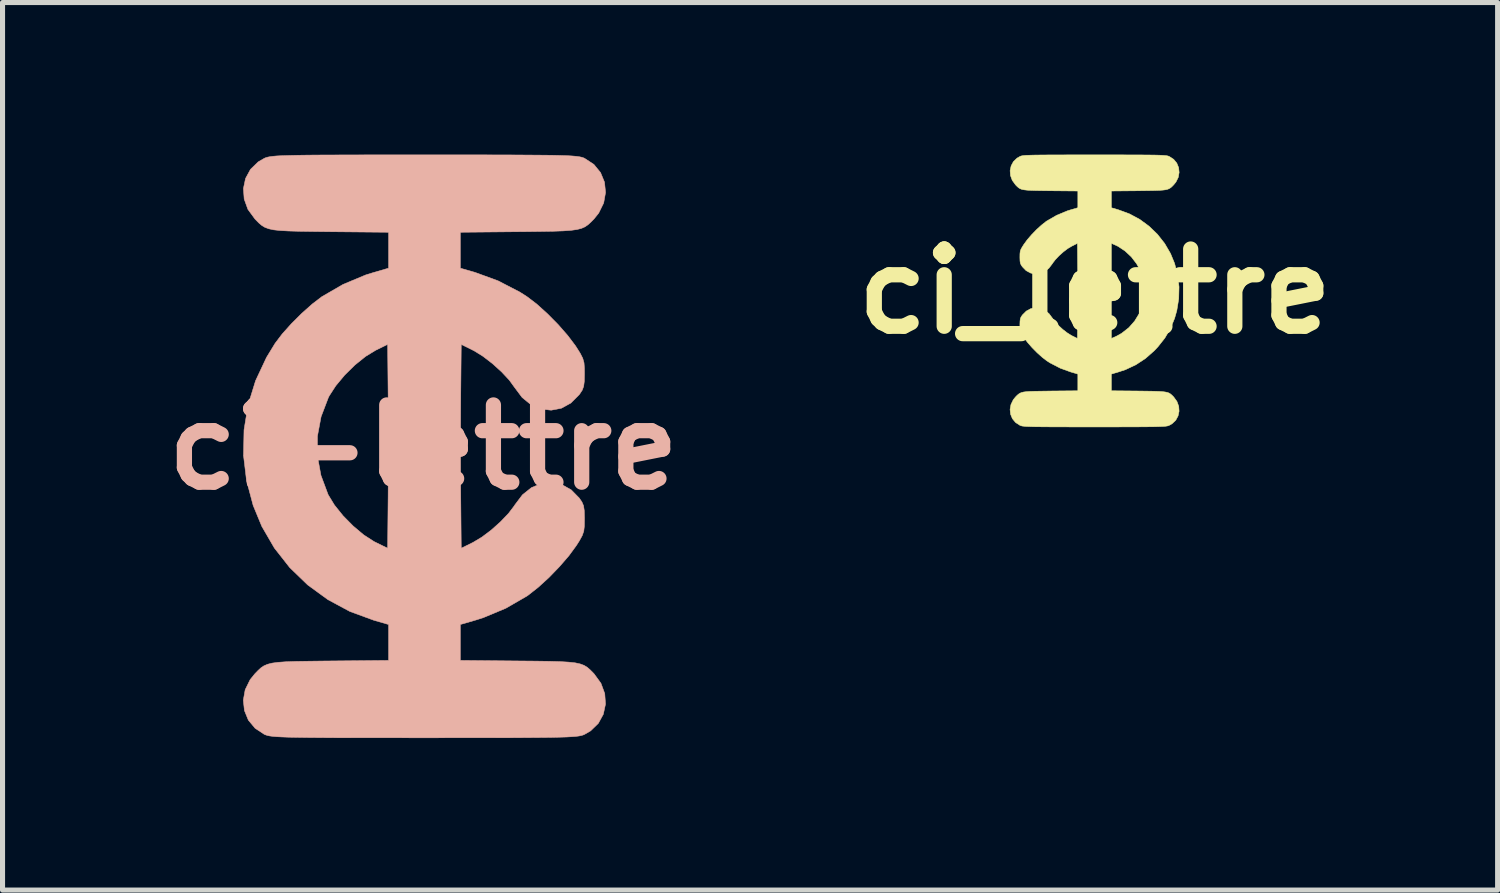
<source format=kicad_pcb>
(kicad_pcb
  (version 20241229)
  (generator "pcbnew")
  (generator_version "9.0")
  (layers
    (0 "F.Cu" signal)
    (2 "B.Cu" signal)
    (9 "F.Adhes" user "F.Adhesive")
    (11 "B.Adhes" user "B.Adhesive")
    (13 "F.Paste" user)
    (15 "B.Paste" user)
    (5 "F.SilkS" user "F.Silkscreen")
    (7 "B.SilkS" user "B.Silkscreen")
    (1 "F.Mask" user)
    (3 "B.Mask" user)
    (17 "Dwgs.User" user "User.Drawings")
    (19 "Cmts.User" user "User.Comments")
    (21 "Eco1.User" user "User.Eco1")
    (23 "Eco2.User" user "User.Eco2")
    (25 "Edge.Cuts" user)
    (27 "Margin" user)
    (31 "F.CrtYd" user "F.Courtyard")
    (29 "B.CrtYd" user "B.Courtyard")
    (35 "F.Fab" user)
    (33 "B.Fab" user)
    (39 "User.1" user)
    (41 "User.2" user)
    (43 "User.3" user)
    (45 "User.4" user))
  (footprint "ci_lettre"
    (layer "F.Cu")
    (at 18.552 2.697)
    (property "Reference" "ci_lettre" (at 0 0 0) (layer "F.SilkS") (effects (font (size 1.524 1.524) (thickness 0.3))))
    (attr through_hole)
    (fp_poly (pts (xy 0.243 -2.692) (xy 0.463 -2.692) (xy 0.653 -2.691) (xy 0.817 -2.691) (xy 0.955 -2.69) (xy 1.071 -2.689) (xy 1.166 -2.688) (xy 1.244 -2.686) (xy 1.305 -2.684) (xy 1.353 -2.681) (xy 1.389 -2.678) (xy 1.417 -2.675) (xy 1.437 -2.67) (xy 1.453 -2.665) (xy 1.465 -2.66) (xy 1.551 -2.604) (xy 1.613 -2.529) (xy 1.649 -2.441) (xy 1.659 -2.346) (xy 1.642 -2.249) (xy 1.596 -2.156) (xy 1.553 -2.103) (xy 1.524 -2.073) (xy 1.497 -2.048) (xy 1.47 -2.03) (xy 1.437 -2.015) (xy 1.395 -2.004) (xy 1.34 -1.997) (xy 1.269 -1.992) (xy 1.176 -1.989) (xy 1.059 -1.987) (xy 0.913 -1.985) (xy 0.859 -1.984) (xy 0.322 -1.979) (xy 0.322 -1.649) (xy 0.459 -1.609) (xy 0.677 -1.529) (xy 0.881 -1.42) (xy 1.066 -1.284) (xy 1.231 -1.125) (xy 1.373 -0.945) (xy 1.489 -0.746) (xy 1.569 -0.552) (xy 1.629 -0.322) (xy 1.657 -0.088) (xy 1.651 0.148) (xy 1.613 0.381) (xy 1.569 0.535) (xy 1.485 0.738) (xy 1.377 0.922) (xy 1.241 1.094) (xy 1.17 1.17) (xy 0.994 1.325) (xy 0.805 1.449) (xy 0.601 1.545) (xy 0.459 1.592) (xy 0.322 1.632) (xy 0.322 1.962) (xy 0.859 1.967) (xy 1.015 1.969) (xy 1.141 1.971) (xy 1.242 1.974) (xy 1.319 1.978) (xy 1.379 1.985) (xy 1.425 1.994) (xy 1.46 2.007) (xy 1.489 2.025) (xy 1.515 2.047) (xy 1.543 2.075) (xy 1.553 2.086) (xy 1.616 2.173) (xy 1.651 2.268) (xy 1.658 2.365) (xy 1.638 2.458) (xy 1.593 2.542) (xy 1.522 2.61) (xy 1.465 2.643) (xy 1.451 2.649) (xy 1.435 2.654) (xy 1.414 2.658) (xy 1.386 2.662) (xy 1.348 2.665) (xy 1.299 2.667) (xy 1.236 2.669) (xy 1.157 2.671) (xy 1.06 2.672) (xy 0.942 2.673) (xy 0.801 2.674) (xy 0.635 2.674) (xy 0.441 2.675) (xy 0.218 2.675) (xy -0.008 2.675) (xy -0.26 2.675) (xy -0.48 2.675) (xy -0.67 2.674) (xy -0.834 2.674) (xy -0.972 2.673) (xy -1.088 2.672) (xy -1.183 2.671) (xy -1.261 2.669) (xy -1.322 2.667) (xy -1.37 2.665) (xy -1.406 2.661) (xy -1.434 2.658) (xy -1.454 2.653) (xy -1.47 2.648) (xy -1.482 2.643) (xy -1.568 2.587) (xy -1.63 2.512) (xy -1.666 2.424) (xy -1.676 2.329) (xy -1.658 2.232) (xy -1.613 2.139) (xy -1.57 2.086) (xy -1.541 2.056) (xy -1.514 2.032) (xy -1.487 2.013) (xy -1.454 1.998) (xy -1.412 1.987) (xy -1.357 1.98) (xy -1.286 1.975) (xy -1.193 1.972) (xy -1.076 1.97) (xy -0.93 1.968) (xy -0.876 1.967) (xy -0.339 1.962) (xy -0.339 1.632) (xy -0.476 1.592) (xy -0.686 1.516) (xy -0.887 1.412) (xy -0.952 1.37) (xy -1.042 1.301) (xy -1.14 1.213) (xy -1.238 1.114) (xy -1.327 1.013) (xy -1.398 0.919) (xy -1.405 0.907) (xy -1.443 0.847) (xy -1.466 0.802) (xy -1.477 0.76) (xy -1.481 0.709) (xy -1.482 0.66) (xy -1.48 0.591) (xy -1.474 0.544) (xy -1.461 0.509) (xy -1.437 0.473) (xy -1.433 0.467) (xy -1.356 0.39) (xy -1.268 0.342) (xy -1.175 0.324) (xy -1.081 0.335) (xy -0.99 0.374) (xy -0.907 0.441) (xy -0.84 0.531) (xy -0.79 0.6) (xy -0.718 0.677) (xy -0.635 0.753) (xy -0.548 0.82) (xy -0.466 0.871) (xy -0.457 0.876) (xy -0.347 0.93) (xy -0.347 0.93) (xy 0.322 0.93) (xy 0.384 0.903) (xy 0.435 0.879) (xy 0.496 0.845) (xy 0.533 0.822) (xy 0.668 0.716) (xy 0.782 0.586) (xy 0.872 0.439) (xy 0.936 0.279) (xy 0.973 0.109) (xy 0.98 -0.064) (xy 0.956 -0.236) (xy 0.903 -0.394) (xy 0.821 -0.543) (xy 0.717 -0.679) (xy 0.593 -0.795) (xy 0.455 -0.887) (xy 0.384 -0.92) (xy 0.322 -0.947) (xy 0.322 0.93) (xy -0.347 0.93) (xy -0.343 0.455) (xy -0.342 0.297) (xy -0.341 0.118) (xy -0.341 -0.068) (xy -0.341 -0.251) (xy -0.342 -0.418) (xy -0.343 -0.483) (xy -0.347 -0.947) (xy -0.457 -0.892) (xy -0.537 -0.845) (xy -0.624 -0.779) (xy -0.709 -0.703) (xy -0.782 -0.626) (xy -0.836 -0.556) (xy -0.84 -0.548) (xy -0.911 -0.455) (xy -0.994 -0.389) (xy -1.085 -0.351) (xy -1.179 -0.341) (xy -1.272 -0.361) (xy -1.36 -0.409) (xy -1.433 -0.484) (xy -1.458 -0.521) (xy -1.473 -0.556) (xy -1.48 -0.6) (xy -1.482 -0.666) (xy -1.482 -0.677) (xy -1.481 -0.742) (xy -1.475 -0.79) (xy -1.461 -0.831) (xy -1.434 -0.878) (xy -1.405 -0.924) (xy -1.338 -1.016) (xy -1.251 -1.117) (xy -1.154 -1.217) (xy -1.055 -1.307) (xy -0.964 -1.379) (xy -0.952 -1.387) (xy -0.758 -1.499) (xy -0.55 -1.586) (xy -0.476 -1.609) (xy -0.339 -1.649) (xy -0.339 -1.979) (xy -0.876 -1.984) (xy -1.032 -1.986) (xy -1.158 -1.988) (xy -1.258 -1.991) (xy -1.336 -1.995) (xy -1.396 -2.002) (xy -1.442 -2.011) (xy -1.477 -2.024) (xy -1.506 -2.042) (xy -1.532 -2.064) (xy -1.56 -2.092) (xy -1.57 -2.103) (xy -1.633 -2.19) (xy -1.668 -2.285) (xy -1.675 -2.381) (xy -1.655 -2.475) (xy -1.61 -2.559) (xy -1.539 -2.627) (xy -1.482 -2.66) (xy -1.468 -2.666) (xy -1.452 -2.671) (xy -1.431 -2.675) (xy -1.403 -2.679) (xy -1.365 -2.682) (xy -1.316 -2.684) (xy -1.253 -2.686) (xy -1.174 -2.688) (xy -1.077 -2.689) (xy -0.959 -2.69) (xy -0.818 -2.691) (xy -0.652 -2.691) (xy -0.458 -2.692) (xy -0.235 -2.692) (xy -0.008 -2.692) (xy 0.243 -2.692)) (stroke (width 0.01) (type solid)) (fill yes) (layer "F.SilkS")))
  (footprint "ci-lettre"
    (layer "B.Cu")
    (at 5.305 5.773)
    (property "Reference" "ci-lettre" (at 0 0 0) (layer "B.SilkS") (effects (font (size 1.524 1.524) (thickness 0.3))))
    (attr through_hole)
    (fp_poly (pts (xy 0.557 -5.768) (xy 1.028 -5.768) (xy 1.436 -5.767) (xy 1.786 -5.766) (xy 2.083 -5.764) (xy 2.331 -5.762) (xy 2.536 -5.76) (xy 2.701 -5.756) (xy 2.833 -5.752) (xy 2.935 -5.746) (xy 3.013 -5.739) (xy 3.072 -5.731) (xy 3.116 -5.722) (xy 3.149 -5.712) (xy 3.175 -5.701) (xy 3.36 -5.58) (xy 3.492 -5.419) (xy 3.57 -5.23) (xy 3.591 -5.026) (xy 3.554 -4.819) (xy 3.456 -4.62) (xy 3.364 -4.505) (xy 3.301 -4.441) (xy 3.245 -4.39) (xy 3.186 -4.349) (xy 3.116 -4.318) (xy 3.026 -4.295) (xy 2.909 -4.279) (xy 2.755 -4.268) (xy 2.557 -4.261) (xy 2.305 -4.257) (xy 1.993 -4.253) (xy 1.878 -4.252) (xy 0.726 -4.241) (xy 0.726 -3.533) (xy 1.02 -3.448) (xy 1.469 -3.284) (xy 1.9 -3.061) (xy 2.041 -2.971) (xy 2.233 -2.825) (xy 2.443 -2.635) (xy 2.653 -2.423) (xy 2.843 -2.206) (xy 2.995 -2.005) (xy 3.012 -1.979) (xy 3.093 -1.85) (xy 3.141 -1.755) (xy 3.166 -1.666) (xy 3.174 -1.557) (xy 3.175 -1.45) (xy 3.172 -1.302) (xy 3.159 -1.202) (xy 3.131 -1.126) (xy 3.08 -1.049) (xy 3.071 -1.037) (xy 2.905 -0.871) (xy 2.718 -0.769) (xy 2.518 -0.731) (xy 2.316 -0.754) (xy 2.121 -0.838) (xy 1.945 -0.982) (xy 1.801 -1.174) (xy 1.693 -1.323) (xy 1.54 -1.487) (xy 1.36 -1.65) (xy 1.173 -1.794) (xy 0.999 -1.902) (xy 0.979 -1.912) (xy 0.744 -2.029) (xy 0.734 -1.035) (xy 0.732 -0.702) (xy 0.731 -0.322) (xy 0.73 0.077) (xy 0.731 0.471) (xy 0.733 0.833) (xy 0.734 0.975) (xy 0.744 1.992) (xy 0.979 1.876) (xy 1.151 1.773) (xy 1.337 1.633) (xy 1.518 1.471) (xy 1.676 1.306) (xy 1.791 1.155) (xy 1.801 1.138) (xy 1.952 0.938) (xy 2.13 0.796) (xy 2.325 0.715) (xy 2.527 0.695) (xy 2.727 0.736) (xy 2.914 0.841) (xy 3.071 1.001) (xy 3.125 1.08) (xy 3.157 1.155) (xy 3.171 1.25) (xy 3.175 1.39) (xy 3.175 1.414) (xy 3.173 1.555) (xy 3.161 1.656) (xy 3.13 1.744) (xy 3.074 1.846) (xy 3.012 1.943) (xy 2.867 2.141) (xy 2.681 2.356) (xy 2.473 2.571) (xy 2.261 2.764) (xy 2.065 2.918) (xy 2.041 2.935) (xy 1.624 3.176) (xy 1.178 3.362) (xy 1.02 3.412) (xy 0.726 3.497) (xy 0.726 4.205) (xy 1.878 4.216) (xy 2.212 4.219) (xy 2.482 4.223) (xy 2.697 4.229) (xy 2.864 4.239) (xy 2.992 4.253) (xy 3.089 4.274) (xy 3.165 4.302) (xy 3.227 4.339) (xy 3.283 4.387) (xy 3.343 4.447) (xy 3.364 4.469) (xy 3.5 4.656) (xy 3.575 4.859) (xy 3.59 5.067) (xy 3.547 5.267) (xy 3.449 5.446) (xy 3.297 5.594) (xy 3.175 5.665) (xy 3.146 5.677) (xy 3.112 5.687) (xy 3.067 5.696) (xy 3.006 5.704) (xy 2.926 5.71) (xy 2.821 5.716) (xy 2.686 5.72) (xy 2.516 5.724) (xy 2.307 5.726) (xy 2.054 5.728) (xy 1.752 5.73) (xy 1.396 5.731) (xy 0.982 5.731) (xy 0.504 5.731) (xy 0.018 5.732) (xy -0.521 5.731) (xy -0.992 5.731) (xy -1.4 5.731) (xy -1.75 5.73) (xy -2.047 5.728) (xy -2.295 5.726) (xy -2.499 5.723) (xy -2.665 5.72) (xy -2.797 5.715) (xy -2.899 5.71) (xy -2.977 5.703) (xy -3.036 5.695) (xy -3.079 5.686) (xy -3.113 5.675) (xy -3.139 5.665) (xy -3.323 5.543) (xy -3.456 5.383) (xy -3.533 5.194) (xy -3.555 4.99) (xy -3.518 4.783) (xy -3.42 4.584) (xy -3.327 4.469) (xy -3.265 4.405) (xy -3.209 4.353) (xy -3.15 4.313) (xy -3.079 4.282) (xy -2.99 4.259) (xy -2.872 4.243) (xy -2.719 4.232) (xy -2.521 4.225) (xy -2.269 4.221) (xy -1.956 4.217) (xy -1.841 4.216) (xy -0.689 4.205) (xy -0.689 3.497) (xy -0.983 3.412) (xy -1.452 3.24) (xy -1.887 3.006) (xy -2.285 2.716) (xy -2.638 2.375) (xy -2.942 1.988) (xy -3.19 1.561) (xy -3.361 1.147) (xy -3.492 0.654) (xy -3.55 0.17) (xy -2.094 0.17) (xy -2.024 0.554) (xy -1.884 0.93) (xy -1.878 0.942) (xy -1.757 1.141) (xy -1.588 1.351) (xy -1.389 1.553) (xy -1.18 1.729) (xy -0.977 1.86) (xy -0.943 1.877) (xy -0.708 1.992) (xy -0.698 0.975) (xy -0.696 0.637) (xy -0.694 0.254) (xy -0.694 -0.146) (xy -0.695 -0.538) (xy -0.697 -0.895) (xy -0.698 -1.035) (xy -0.708 -2.029) (xy -0.943 -1.914) (xy -1.143 -1.792) (xy -1.353 -1.623) (xy -1.555 -1.424) (xy -1.73 -1.214) (xy -1.861 -1.012) (xy -1.878 -0.978) (xy -2.021 -0.603) (xy -2.093 -0.218) (xy -2.094 0.17) (xy -3.55 0.17) (xy -3.551 0.155) (xy -3.541 -0.342) (xy -3.461 -0.834) (xy -3.313 -1.313) (xy -3.097 -1.773) (xy -2.928 -2.05) (xy -2.787 -2.236) (xy -2.604 -2.44) (xy -2.399 -2.644) (xy -2.193 -2.827) (xy -2.005 -2.971) (xy -2.004 -2.971) (xy -1.588 -3.212) (xy -1.141 -3.399) (xy -0.983 -3.448) (xy -0.689 -3.533) (xy -0.689 -4.241) (xy -1.841 -4.252) (xy -2.176 -4.256) (xy -2.446 -4.26) (xy -2.66 -4.266) (xy -2.827 -4.275) (xy -2.956 -4.289) (xy -3.053 -4.31) (xy -3.129 -4.338) (xy -3.19 -4.375) (xy -3.247 -4.423) (xy -3.306 -4.483) (xy -3.327 -4.505) (xy -3.464 -4.692) (xy -3.538 -4.896) (xy -3.553 -5.103) (xy -3.511 -5.303) (xy -3.413 -5.483) (xy -3.261 -5.63) (xy -3.139 -5.701) (xy -3.11 -5.713) (xy -3.075 -5.723) (xy -3.03 -5.732) (xy -2.97 -5.74) (xy -2.89 -5.747) (xy -2.784 -5.752) (xy -2.649 -5.756) (xy -2.48 -5.76) (xy -2.271 -5.763) (xy -2.018 -5.765) (xy -1.716 -5.766) (xy -1.36 -5.767) (xy -0.945 -5.768) (xy -0.467 -5.768) (xy 0.018 -5.768) (xy 0.557 -5.768)) (stroke (width 0.01) (type solid)) (fill yes) (layer "B.SilkS")))
  (gr_rect
    (start -3 -3)
    (end 26.494 14.509)
    (stroke (width 0.1) (type default))
    (fill no)
    (layer "Edge.Cuts")))
</source>
